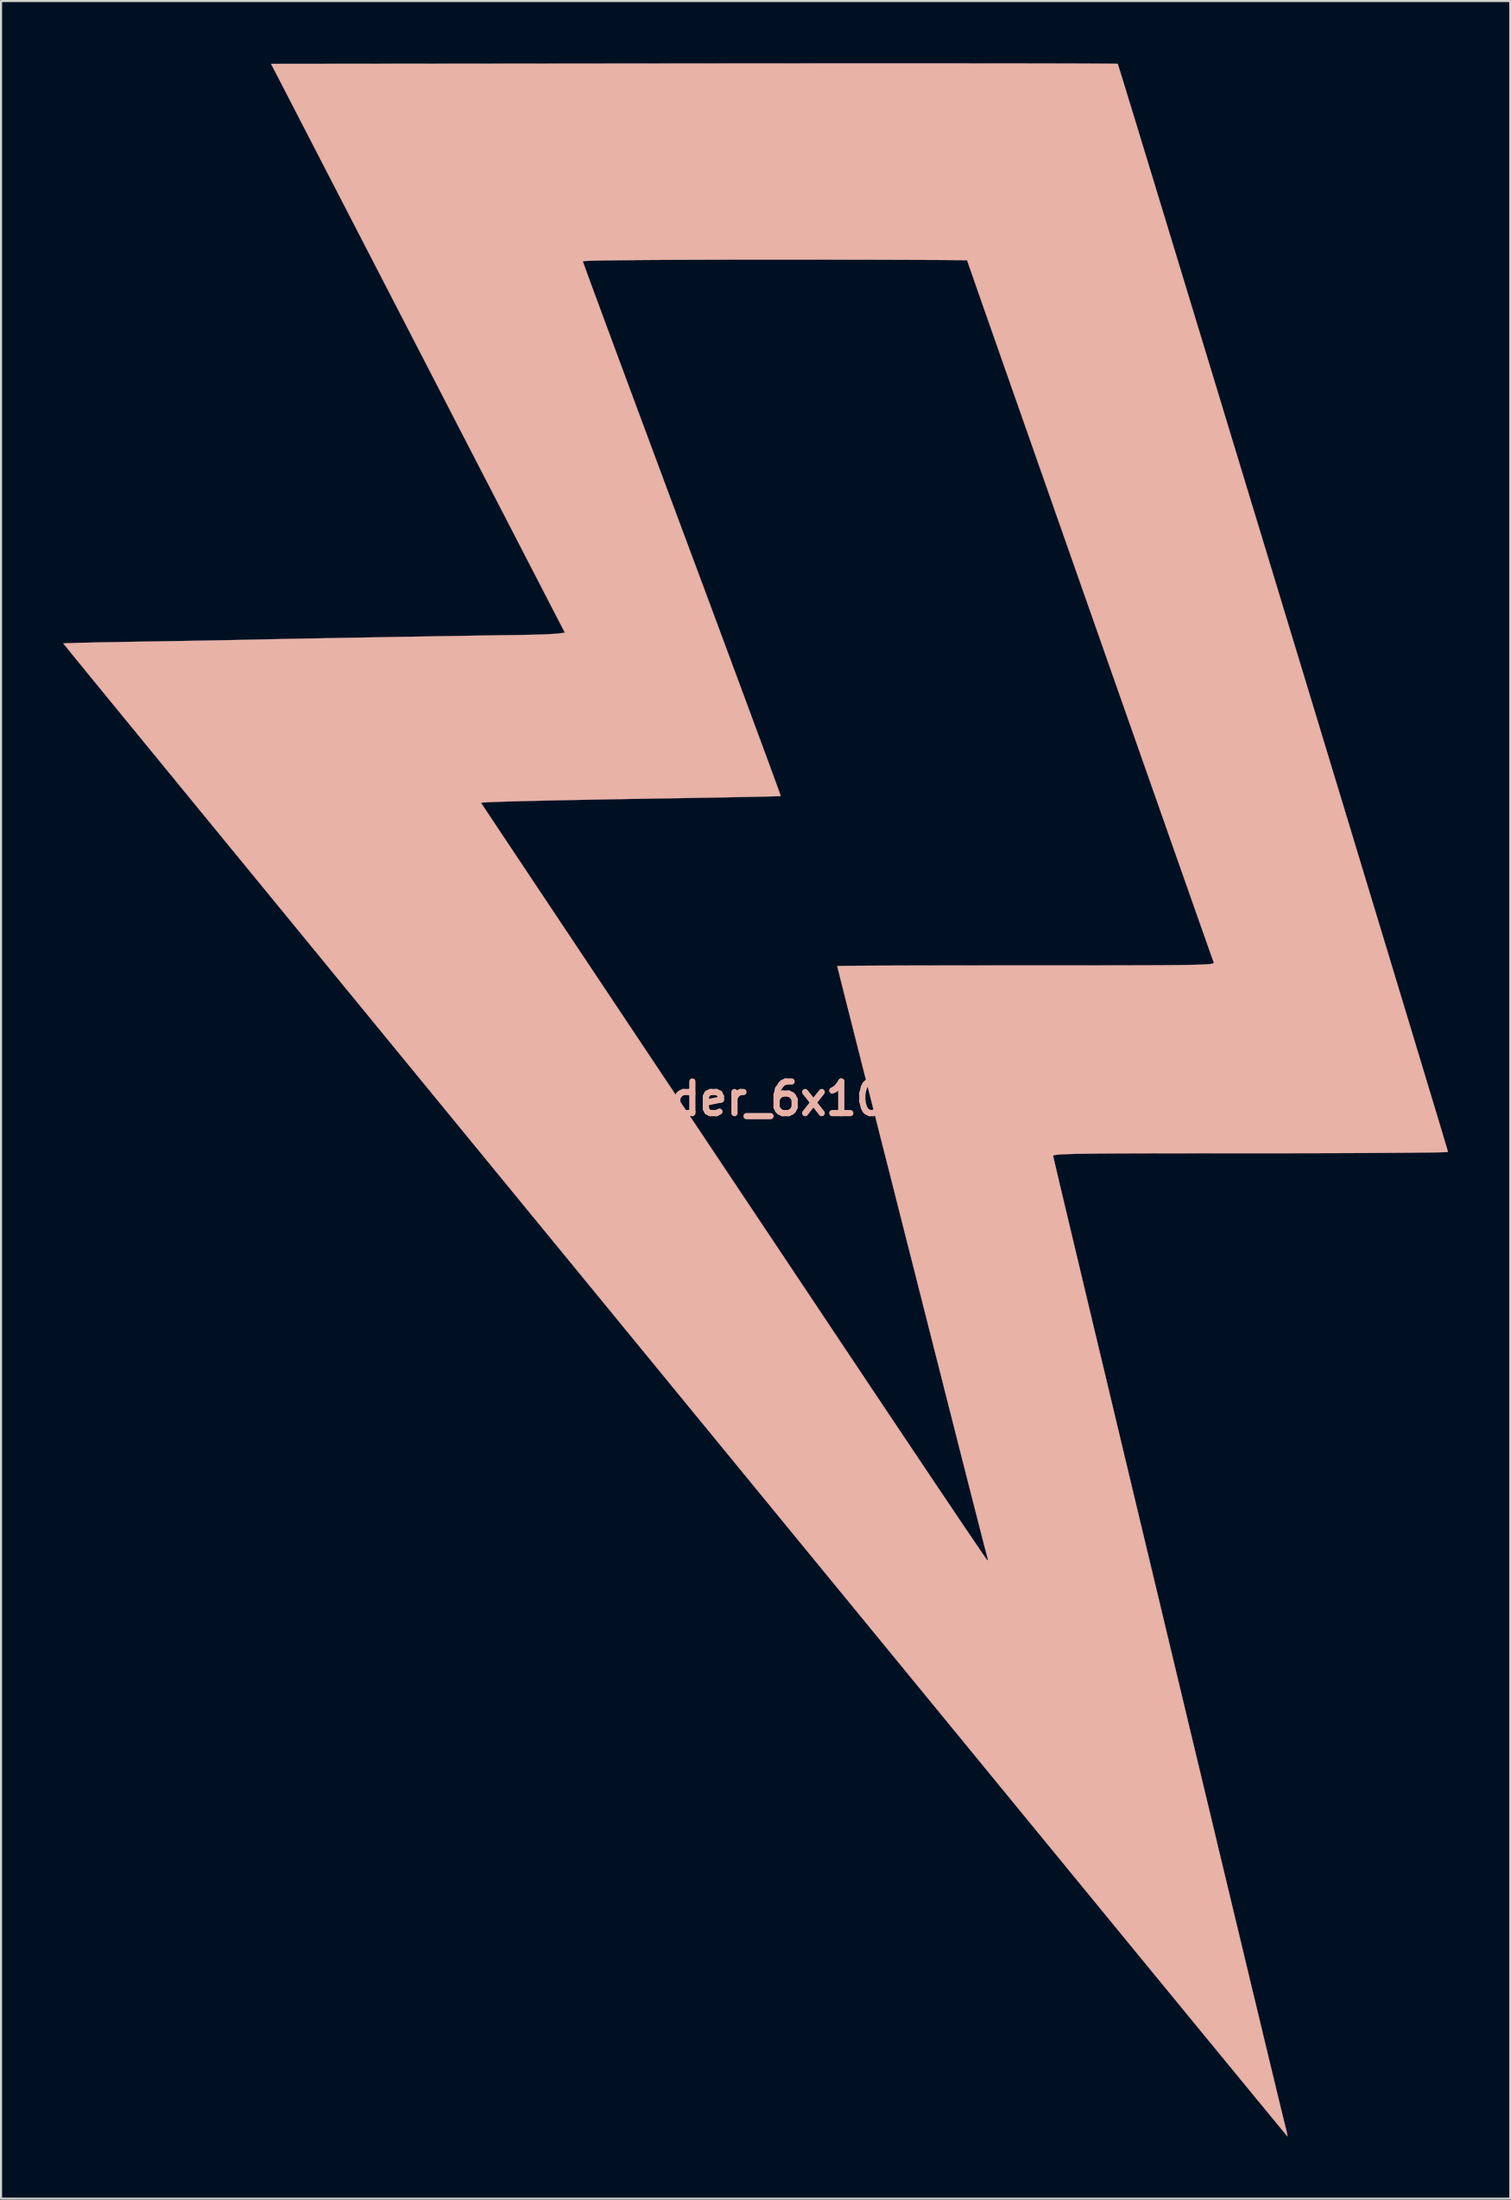
<source format=kicad_pcb>
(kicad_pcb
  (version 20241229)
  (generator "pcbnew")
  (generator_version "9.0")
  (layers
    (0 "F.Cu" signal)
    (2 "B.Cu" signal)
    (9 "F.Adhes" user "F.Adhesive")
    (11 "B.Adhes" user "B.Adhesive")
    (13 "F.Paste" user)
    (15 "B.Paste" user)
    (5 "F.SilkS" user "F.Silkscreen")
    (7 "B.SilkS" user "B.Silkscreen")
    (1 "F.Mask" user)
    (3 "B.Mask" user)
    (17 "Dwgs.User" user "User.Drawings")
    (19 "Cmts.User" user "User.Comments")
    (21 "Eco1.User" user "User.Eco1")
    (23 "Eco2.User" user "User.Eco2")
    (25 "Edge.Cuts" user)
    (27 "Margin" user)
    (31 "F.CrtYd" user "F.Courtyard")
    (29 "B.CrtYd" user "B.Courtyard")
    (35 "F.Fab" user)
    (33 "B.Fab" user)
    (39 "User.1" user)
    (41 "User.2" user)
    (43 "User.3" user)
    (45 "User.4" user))
  (footprint "thunder_6x10_B"
    (layer "F.Cu")
    (at 33.364 49.942)
    (property "Reference" "thunder_6x10_B" (at 0 0 0) (layer "B.SilkS") (effects (font (size 1.524 1.524) (thickness 0.3))))
    (attr through_hole)
    (fp_poly (pts (xy 7.333 -49.937) (xy 8.803 -49.937) (xy 10.183 -49.936) (xy 11.468 -49.935) (xy 12.65 -49.934) (xy 13.721 -49.932) (xy 14.675 -49.93) (xy 15.503 -49.928) (xy 16.199 -49.925) (xy 16.755 -49.922) (xy 17.164 -49.919) (xy 17.418 -49.916) (xy 17.511 -49.912) (xy 17.511 -49.912) (xy 17.538 -49.829) (xy 17.612 -49.592) (xy 17.731 -49.207) (xy 17.892 -48.682) (xy 18.093 -48.024) (xy 18.333 -47.242) (xy 18.608 -46.341) (xy 18.916 -45.33) (xy 19.256 -44.216) (xy 19.624 -43.006) (xy 20.02 -41.707) (xy 20.44 -40.328) (xy 20.882 -38.874) (xy 21.344 -37.355) (xy 21.824 -35.776) (xy 22.32 -34.146) (xy 22.828 -32.472) (xy 23.348 -30.76) (xy 23.877 -29.02) (xy 24.413 -27.257) (xy 24.953 -25.479) (xy 25.495 -23.693) (xy 26.037 -21.908) (xy 26.577 -20.13) (xy 27.112 -18.367) (xy 27.64 -16.625) (xy 28.16 -14.913) (xy 28.668 -13.238) (xy 29.162 -11.607) (xy 29.641 -10.027) (xy 30.102 -8.506) (xy 30.543 -7.052) (xy 30.961 -5.671) (xy 31.355 -4.37) (xy 31.722 -3.159) (xy 32.059 -2.042) (xy 32.365 -1.029) (xy 32.638 -0.126) (xy 32.875 0.659) (xy 33.074 1.319) (xy 33.232 1.847) (xy 33.348 2.235) (xy 33.419 2.475) (xy 33.443 2.561) (xy 33.36 2.57) (xy 33.119 2.578) (xy 32.729 2.585) (xy 32.202 2.592) (xy 31.549 2.599) (xy 30.78 2.605) (xy 29.906 2.61) (xy 28.937 2.615) (xy 27.884 2.619) (xy 26.758 2.622) (xy 25.569 2.624) (xy 24.329 2.625) (xy 23.918 2.625) (xy 22.431 2.625) (xy 21.105 2.626) (xy 19.93 2.627) (xy 18.898 2.629) (xy 17.999 2.632) (xy 17.225 2.635) (xy 16.567 2.64) (xy 16.016 2.646) (xy 15.564 2.653) (xy 15.2 2.662) (xy 14.917 2.672) (xy 14.705 2.684) (xy 14.556 2.698) (xy 14.46 2.713) (xy 14.409 2.731) (xy 14.393 2.751) (xy 14.393 2.751) (xy 14.413 2.84) (xy 14.47 3.086) (xy 14.562 3.48) (xy 14.689 4.015) (xy 14.847 4.683) (xy 15.035 5.475) (xy 15.252 6.384) (xy 15.494 7.401) (xy 15.76 8.519) (xy 16.049 9.73) (xy 16.358 11.025) (xy 16.686 12.397) (xy 17.03 13.837) (xy 17.388 15.338) (xy 17.759 16.891) (xy 18.141 18.489) (xy 18.532 20.123) (xy 18.93 21.786) (xy 19.333 23.469) (xy 19.739 25.165) (xy 20.145 26.865) (xy 20.552 28.562) (xy 20.955 30.247) (xy 21.354 31.912) (xy 21.747 33.55) (xy 22.131 35.152) (xy 22.504 36.711) (xy 22.866 38.218) (xy 23.213 39.666) (xy 23.544 41.045) (xy 23.857 42.349) (xy 24.15 43.57) (xy 24.422 44.699) (xy 24.669 45.728) (xy 24.891 46.649) (xy 25.086 47.455) (xy 25.25 48.137) (xy 25.384 48.687) (xy 25.484 49.098) (xy 25.549 49.361) (xy 25.565 49.424) (xy 25.637 49.718) (xy 25.686 49.935) (xy 25.702 50.035) (xy 25.7 50.038) (xy 25.646 49.974) (xy 25.488 49.784) (xy 25.234 49.476) (xy 24.886 49.055) (xy 24.452 48.527) (xy 23.934 47.899) (xy 23.34 47.175) (xy 22.672 46.363) (xy 21.937 45.469) (xy 21.139 44.498) (xy 20.284 43.456) (xy 19.375 42.35) (xy 18.419 41.186) (xy 17.421 39.969) (xy 16.384 38.706) (xy 15.314 37.402) (xy 14.376 36.258) (xy 11.599 32.873) (xy 8.928 29.616) (xy 6.36 26.486) (xy 3.894 23.479) (xy 1.527 20.595) (xy -0.741 17.829) (xy -2.914 15.18) (xy -4.993 12.646) (xy -6.979 10.224) (xy -8.875 7.912) (xy -10.683 5.708) (xy -12.405 3.609) (xy -14.042 1.613) (xy -15.597 -0.283) (xy -17.071 -2.08) (xy -18.466 -3.781) (xy -19.784 -5.388) (xy -21.028 -6.905) (xy -22.198 -8.332) (xy -23.297 -9.673) (xy -24.327 -10.929) (xy -25.29 -12.103) (xy -26.188 -13.198) (xy -27.022 -14.215) (xy -27.072 -14.277) (xy -13.208 -14.277) (xy -13.176 -14.228) (xy -13.081 -14.083) (xy -12.919 -13.84) (xy -12.691 -13.496) (xy -12.395 -13.051) (xy -12.029 -12.501) (xy -11.591 -11.845) (xy -11.081 -11.08) (xy -10.497 -10.204) (xy -9.838 -9.216) (xy -9.102 -8.113) (xy -8.288 -6.893) (xy -7.394 -5.554) (xy -6.42 -4.093) (xy -5.363 -2.509) (xy -4.222 -0.8) (xy -2.996 1.036) (xy -1.683 3.003) (xy -0.283 5.101) (xy 1.207 7.332) (xy 2.788 9.7) (xy 4.461 12.206) (xy 5.018 13.04) (xy 5.771 14.168) (xy 6.499 15.256) (xy 7.196 16.297) (xy 7.856 17.281) (xy 8.473 18.202) (xy 9.043 19.05) (xy 9.559 19.817) (xy 10.016 20.495) (xy 10.409 21.075) (xy 10.731 21.551) (xy 10.978 21.912) (xy 11.144 22.152) (xy 11.223 22.261) (xy 11.229 22.267) (xy 11.247 22.203) (xy 11.226 22.131) (xy 11.199 22.032) (xy 11.133 21.78) (xy 11.03 21.385) (xy 10.894 20.856) (xy 10.728 20.205) (xy 10.532 19.442) (xy 10.311 18.576) (xy 10.068 17.62) (xy 9.803 16.582) (xy 9.522 15.474) (xy 9.225 14.306) (xy 8.916 13.087) (xy 8.756 12.457) (xy 8.413 11.106) (xy 8.062 9.723) (xy 7.709 8.328) (xy 7.356 6.938) (xy 7.009 5.571) (xy 6.673 4.245) (xy 6.352 2.979) (xy 6.05 1.79) (xy 5.773 0.696) (xy 5.524 -0.285) (xy 5.308 -1.134) (xy 5.158 -1.725) (xy 4.941 -2.583) (xy 4.737 -3.39) (xy 4.549 -4.132) (xy 4.381 -4.795) (xy 4.238 -5.363) (xy 4.123 -5.823) (xy 4.039 -6.158) (xy 3.99 -6.355) (xy 3.979 -6.403) (xy 4.062 -6.407) (xy 4.303 -6.411) (xy 4.692 -6.415) (xy 5.217 -6.419) (xy 5.868 -6.422) (xy 6.634 -6.425) (xy 7.503 -6.428) (xy 8.466 -6.43) (xy 9.51 -6.432) (xy 10.625 -6.433) (xy 11.8 -6.434) (xy 13.024 -6.435) (xy 13.09 -6.435) (xy 14.53 -6.435) (xy 15.81 -6.435) (xy 16.939 -6.436) (xy 17.927 -6.438) (xy 18.783 -6.44) (xy 19.516 -6.443) (xy 20.136 -6.447) (xy 20.651 -6.453) (xy 21.072 -6.46) (xy 21.407 -6.468) (xy 21.666 -6.478) (xy 21.858 -6.49) (xy 21.993 -6.504) (xy 22.079 -6.52) (xy 22.126 -6.538) (xy 22.144 -6.559) (xy 22.141 -6.582) (xy 22.141 -6.583) (xy 22.105 -6.681) (xy 22.017 -6.929) (xy 21.879 -7.318) (xy 21.695 -7.839) (xy 21.468 -8.483) (xy 21.201 -9.24) (xy 20.898 -10.103) (xy 20.56 -11.061) (xy 20.192 -12.106) (xy 19.797 -13.23) (xy 19.378 -14.422) (xy 18.937 -15.675) (xy 18.479 -16.978) (xy 18.006 -18.324) (xy 17.521 -19.702) (xy 17.028 -21.105) (xy 16.529 -22.523) (xy 16.029 -23.948) (xy 15.529 -25.369) (xy 15.034 -26.779) (xy 14.546 -28.168) (xy 14.069 -29.528) (xy 13.605 -30.848) (xy 13.158 -32.122) (xy 12.731 -33.338) (xy 12.327 -34.489) (xy 11.949 -35.565) (xy 11.601 -36.558) (xy 11.285 -37.459) (xy 11.005 -38.258) (xy 10.764 -38.946) (xy 10.565 -39.515) (xy 10.411 -39.956) (xy 10.306 -40.259) (xy 10.251 -40.416) (xy 10.245 -40.437) (xy 10.162 -40.441) (xy 9.92 -40.446) (xy 9.531 -40.45) (xy 9.006 -40.454) (xy 8.354 -40.457) (xy 7.587 -40.46) (xy 6.715 -40.463) (xy 5.75 -40.466) (xy 4.703 -40.468) (xy 3.583 -40.469) (xy 2.403 -40.47) (xy 1.172 -40.471) (xy 0.974 -40.471) (xy -0.462 -40.47) (xy -1.799 -40.468) (xy -3.031 -40.464) (xy -4.151 -40.46) (xy -5.153 -40.454) (xy -6.029 -40.447) (xy -6.773 -40.439) (xy -7.377 -40.43) (xy -7.835 -40.42) (xy -8.14 -40.409) (xy -8.285 -40.397) (xy -8.297 -40.392) (xy -8.268 -40.306) (xy -8.183 -40.069) (xy -8.045 -39.69) (xy -7.857 -39.178) (xy -7.622 -38.541) (xy -7.344 -37.787) (xy -7.025 -36.925) (xy -6.669 -35.964) (xy -6.278 -34.911) (xy -5.857 -33.775) (xy -5.407 -32.565) (xy -4.932 -31.288) (xy -4.436 -29.954) (xy -3.921 -28.57) (xy -3.511 -27.47) (xy -2.984 -26.055) (xy -2.473 -24.683) (xy -1.982 -23.364) (xy -1.514 -22.104) (xy -1.072 -20.913) (xy -0.658 -19.798) (xy -0.277 -18.769) (xy 0.069 -17.833) (xy 0.377 -16.999) (xy 0.644 -16.276) (xy 0.866 -15.671) (xy 1.041 -15.193) (xy 1.166 -14.85) (xy 1.236 -14.651) (xy 1.252 -14.601) (xy 1.165 -14.596) (xy 0.923 -14.588) (xy 0.539 -14.579) (xy 0.027 -14.568) (xy -0.599 -14.555) (xy -1.327 -14.541) (xy -2.141 -14.526) (xy -3.029 -14.511) (xy -3.976 -14.495) (xy -4.614 -14.485) (xy -5.963 -14.463) (xy -7.223 -14.441) (xy -8.384 -14.419) (xy -9.439 -14.398) (xy -10.382 -14.377) (xy -11.202 -14.358) (xy -11.893 -14.339) (xy -12.448 -14.321) (xy -12.857 -14.305) (xy -13.112 -14.29) (xy -13.208 -14.278) (xy -13.208 -14.277) (xy -27.072 -14.277) (xy -27.794 -15.158) (xy -28.507 -16.027) (xy -29.162 -16.827) (xy -29.761 -17.558) (xy -30.306 -18.224) (xy -30.8 -18.826) (xy -31.243 -19.367) (xy -31.638 -19.85) (xy -31.987 -20.276) (xy -32.291 -20.648) (xy -32.553 -20.969) (xy -32.774 -21.24) (xy -32.957 -21.464) (xy -33.103 -21.644) (xy -33.214 -21.781) (xy -33.293 -21.878) (xy -33.34 -21.937) (xy -33.358 -21.961) (xy -33.359 -21.962) (xy -33.277 -21.969) (xy -33.043 -21.977) (xy -32.675 -21.988) (xy -32.19 -21.999) (xy -31.605 -22.012) (xy -30.939 -22.024) (xy -30.207 -22.037) (xy -29.782 -22.044) (xy -28.922 -22.058) (xy -28.034 -22.073) (xy -27.149 -22.088) (xy -26.299 -22.103) (xy -25.519 -22.118) (xy -24.84 -22.131) (xy -24.294 -22.143) (xy -24.257 -22.144) (xy -23.763 -22.154) (xy -23.122 -22.167) (xy -22.355 -22.182) (xy -21.485 -22.198) (xy -20.534 -22.216) (xy -19.524 -22.234) (xy -18.476 -22.252) (xy -17.413 -22.271) (xy -16.357 -22.289) (xy -15.329 -22.306) (xy -14.352 -22.322) (xy -13.448 -22.337) (xy -12.638 -22.35) (xy -11.945 -22.36) (xy -11.391 -22.368) (xy -11.345 -22.368) (xy -10.842 -22.377) (xy -10.367 -22.39) (xy -9.961 -22.406) (xy -9.662 -22.423) (xy -9.555 -22.432) (xy -9.161 -22.479) (xy -16.248 -36.195) (xy -23.335 -49.911) (xy -2.933 -49.932) (xy -1.086 -49.934) (xy 0.716 -49.935) (xy 2.467 -49.936) (xy 4.158 -49.937) (xy 5.783 -49.937) (xy 7.333 -49.937)) (stroke (width 0.01) (type solid)) (fill yes) (layer "B.SilkS")))
  (gr_rect
    (start -3 -3)
    (end 69.812 102.985)
    (stroke (width 0.1) (type default))
    (fill no)
    (layer "Edge.Cuts")))
</source>
